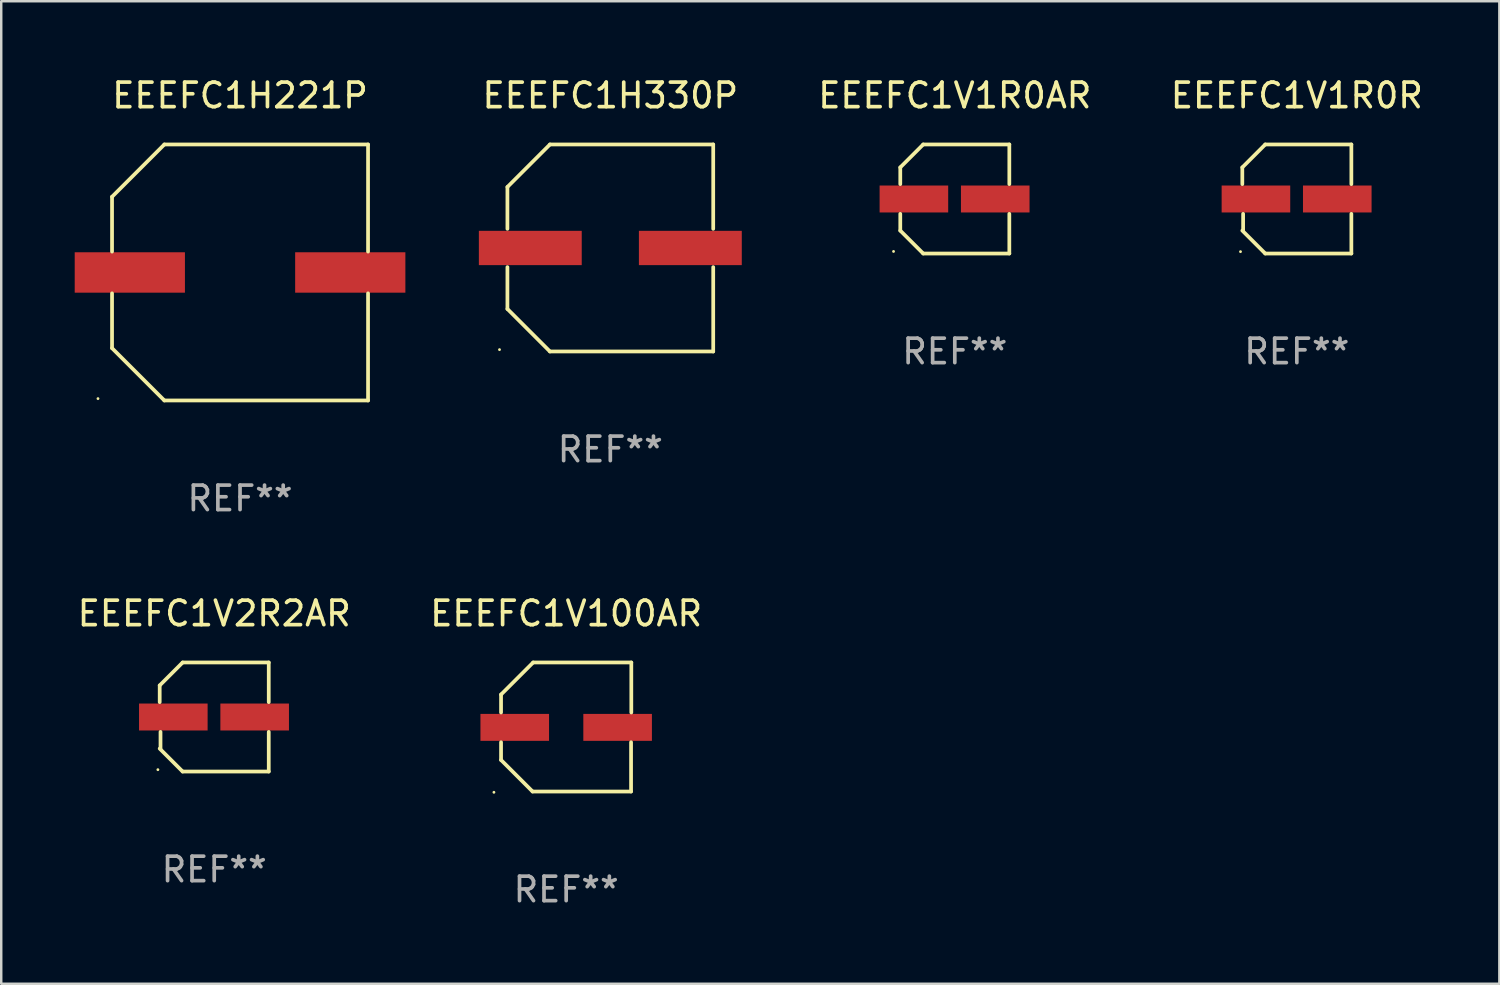
<source format=kicad_pcb>
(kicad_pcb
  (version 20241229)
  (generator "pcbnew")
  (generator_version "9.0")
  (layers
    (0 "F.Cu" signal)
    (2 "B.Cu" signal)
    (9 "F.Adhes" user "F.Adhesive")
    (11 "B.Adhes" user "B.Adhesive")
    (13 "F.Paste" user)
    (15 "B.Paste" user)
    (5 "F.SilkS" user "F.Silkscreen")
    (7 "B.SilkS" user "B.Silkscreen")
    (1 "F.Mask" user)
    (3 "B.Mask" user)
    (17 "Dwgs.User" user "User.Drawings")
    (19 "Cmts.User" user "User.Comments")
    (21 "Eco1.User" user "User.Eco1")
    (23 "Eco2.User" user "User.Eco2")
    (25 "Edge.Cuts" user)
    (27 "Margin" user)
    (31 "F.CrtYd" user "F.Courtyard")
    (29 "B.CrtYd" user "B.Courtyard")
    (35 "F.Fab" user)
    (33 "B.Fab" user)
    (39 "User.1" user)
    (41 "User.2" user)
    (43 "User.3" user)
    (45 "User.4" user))
  (footprint "EEEFC1V2R2AR"
    (layer "F.Cu")
    (at 5.696 26.223)
    (property "Reference" "EEEFC1V2R2AR" (at 0 -4.226 0) (layer "F.SilkS") (effects (font (size 1 1) (thickness 0.15))))
    (attr through_hole)
    (fp_line (start -2.226 -1.29) (end -2.226 -0.607) (stroke (width 0.152) (type solid)) (layer "F.SilkS"))
    (fp_line (start -2.193 1.29) (end -2.193 0.607) (stroke (width 0.152) (type solid)) (layer "F.SilkS"))
    (fp_line (start -1.29 2.226) (end -2.226 1.29) (stroke (width 0.152) (type solid)) (layer "F.SilkS"))
    (fp_line (start -1.29 -2.226) (end -2.226 -1.29) (stroke (width 0.152) (type solid)) (layer "F.SilkS"))
    (fp_line (start 2.226 -2.226) (end -1.29 -2.226) (stroke (width 0.152) (type solid)) (layer "F.SilkS"))
    (fp_line (start 2.226 -0.607) (end 2.226 -2.226) (stroke (width 0.152) (type solid)) (layer "F.SilkS"))
    (fp_line (start 2.226 0.607) (end 2.226 2.226) (stroke (width 0.152) (type solid)) (layer "F.SilkS"))
    (fp_line (start 2.226 2.226) (end -1.29 2.226) (stroke (width 0.152) (type solid)) (layer "F.SilkS"))
    (fp_circle (center -2.3 2.15) (end -2.27 2.15) (stroke (width 0.06) (type solid)) (fill no) (layer "F.SilkS"))
    (fp_text user "REF**" (at 0 6.226 0) (layer "F.Fab") (effects (font (size 1 1) (thickness 0.15))))
    (pad "1" smd rect (at -1.67 -0.000025) (size 2.8 1.1) (layers "F.Cu" "F.Mask" "F.Paste"))
    (pad "2" smd rect (at 1.651 -0.000025) (size 2.8 1.1) (layers "F.Cu" "F.Mask" "F.Paste")))
  (footprint "EEEFC1V1R0R"
    (layer "F.Cu")
    (at 49.895 5.074)
    (property "Reference" "EEEFC1V1R0R" (at 0 -4.226 0) (layer "F.SilkS") (effects (font (size 1 1) (thickness 0.15))))
    (attr through_hole)
    (fp_line (start -2.226 -1.29) (end -2.226 -0.607) (stroke (width 0.152) (type solid)) (layer "F.SilkS"))
    (fp_line (start -2.193 1.29) (end -2.193 0.607) (stroke (width 0.152) (type solid)) (layer "F.SilkS"))
    (fp_line (start -1.29 2.226) (end -2.226 1.29) (stroke (width 0.152) (type solid)) (layer "F.SilkS"))
    (fp_line (start -1.29 -2.226) (end -2.226 -1.29) (stroke (width 0.152) (type solid)) (layer "F.SilkS"))
    (fp_line (start 2.226 -2.226) (end -1.29 -2.226) (stroke (width 0.152) (type solid)) (layer "F.SilkS"))
    (fp_line (start 2.226 -0.607) (end 2.226 -2.226) (stroke (width 0.152) (type solid)) (layer "F.SilkS"))
    (fp_line (start 2.226 0.607) (end 2.226 2.226) (stroke (width 0.152) (type solid)) (layer "F.SilkS"))
    (fp_line (start 2.226 2.226) (end -1.29 2.226) (stroke (width 0.152) (type solid)) (layer "F.SilkS"))
    (fp_circle (center -2.3 2.15) (end -2.27 2.15) (stroke (width 0.06) (type solid)) (fill no) (layer "F.SilkS"))
    (fp_text user "REF**" (at 0 6.226 0) (layer "F.Fab") (effects (font (size 1 1) (thickness 0.15))))
    (pad "1" smd rect (at -1.67 -0.000025) (size 2.8 1.1) (layers "F.Cu" "F.Mask" "F.Paste"))
    (pad "2" smd rect (at 1.651 -0.000025) (size 2.8 1.1) (layers "F.Cu" "F.Mask" "F.Paste")))
  (footprint "EEEFC1H330P"
    (layer "F.Cu")
    (at 21.867 7.074)
    (property "Reference" "EEEFC1H330P" (at 0 -6.226 0) (layer "F.SilkS") (effects (font (size 1 1) (thickness 0.15))))
    (attr through_hole)
    (fp_line (start -4.201 -2.49) (end -4.201 -0.782) (stroke (width 0.152) (type solid)) (layer "F.SilkS"))
    (fp_line (start -4.201 2.49) (end -4.201 0.782) (stroke (width 0.152) (type solid)) (layer "F.SilkS"))
    (fp_line (start -2.465 -4.226) (end -4.201 -2.49) (stroke (width 0.152) (type solid)) (layer "F.SilkS"))
    (fp_line (start -2.465 4.226) (end -4.201 2.49) (stroke (width 0.152) (type solid)) (layer "F.SilkS"))
    (fp_line (start 4.201 -4.226) (end -2.465 -4.226) (stroke (width 0.152) (type solid)) (layer "F.SilkS"))
    (fp_line (start 4.201 -0.782) (end 4.201 -4.226) (stroke (width 0.152) (type solid)) (layer "F.SilkS"))
    (fp_line (start 4.201 0.782) (end 4.201 4.226) (stroke (width 0.152) (type solid)) (layer "F.SilkS"))
    (fp_line (start 4.201 4.226) (end -2.465 4.226) (stroke (width 0.152) (type solid)) (layer "F.SilkS"))
    (fp_circle (center -4.524 4.15) (end -4.494 4.15) (stroke (width 0.06) (type solid)) (fill no) (layer "F.SilkS"))
    (fp_text user "REF**" (at 0 8.226 0) (layer "F.Fab") (effects (font (size 1 1) (thickness 0.15))))
    (pad "1" smd rect (at -3.267 0) (size 4.2 1.4) (layers "F.Cu" "F.Mask" "F.Paste"))
    (pad "2" smd rect (at 3.267 0) (size 4.2 1.4) (layers "F.Cu" "F.Mask" "F.Paste")))
  (footprint "EEEFC1V100AR"
    (layer "F.Cu")
    (at 20.065 26.631)
    (property "Reference" "EEEFC1V100AR" (at 0 -4.634 0) (layer "F.SilkS") (effects (font (size 1 1) (thickness 0.15))))
    (attr through_hole)
    (fp_line (start -2.659 -1.326) (end -2.659 -0.592) (stroke (width 0.152) (type solid)) (layer "F.SilkS"))
    (fp_line (start -2.659 1.346) (end -2.659 0.622) (stroke (width 0.152) (type solid)) (layer "F.SilkS"))
    (fp_line (start -1.372 2.634) (end -2.659 1.346) (stroke (width 0.152) (type solid)) (layer "F.SilkS"))
    (fp_line (start -1.349 -2.634) (end -2.659 -1.326) (stroke (width 0.152) (type solid)) (layer "F.SilkS"))
    (fp_line (start 2.649 0.622) (end 2.649 2.634) (stroke (width 0.152) (type solid)) (layer "F.SilkS"))
    (fp_line (start 2.649 2.634) (end -1.372 2.634) (stroke (width 0.152) (type solid)) (layer "F.SilkS"))
    (fp_line (start 2.659 -2.634) (end -1.349 -2.634) (stroke (width 0.152) (type solid)) (layer "F.SilkS"))
    (fp_line (start 2.659 -0.592) (end 2.659 -2.634) (stroke (width 0.152) (type solid)) (layer "F.SilkS"))
    (fp_circle (center -2.95 2.665) (end -2.92 2.665) (stroke (width 0.06) (type solid)) (fill no) (layer "F.SilkS"))
    (fp_text user "REF**" (at 0 6.634 0) (layer "F.Fab") (effects (font (size 1 1) (thickness 0.15))))
    (pad "1" smd rect (at -2.1 0.015) (size 2.8 1.1) (layers "F.Cu" "F.Mask" "F.Paste"))
    (pad "2" smd rect (at 2.1 0.015) (size 2.8 1.1) (layers "F.Cu" "F.Mask" "F.Paste")))
  (footprint "EEEFC1H221P"
    (layer "F.Cu")
    (at 6.75 8.074)
    (property "Reference" "EEEFC1H221P" (at 0 -7.226 0) (layer "F.SilkS") (effects (font (size 1 1) (thickness 0.15))))
    (attr through_hole)
    (fp_line (start -5.226 -3.09) (end -5.226 -0.852) (stroke (width 0.152) (type solid)) (layer "F.SilkS"))
    (fp_line (start -5.226 3.09) (end -5.226 0.852) (stroke (width 0.152) (type solid)) (layer "F.SilkS"))
    (fp_line (start -3.09 -5.226) (end -5.226 -3.09) (stroke (width 0.152) (type solid)) (layer "F.SilkS"))
    (fp_line (start -3.09 5.226) (end -5.226 3.09) (stroke (width 0.152) (type solid)) (layer "F.SilkS"))
    (fp_line (start 5.226 -5.226) (end -3.09 -5.226) (stroke (width 0.152) (type solid)) (layer "F.SilkS"))
    (fp_line (start 5.226 -0.852) (end 5.226 -5.226) (stroke (width 0.152) (type solid)) (layer "F.SilkS"))
    (fp_line (start 5.226 0.852) (end 5.226 5.226) (stroke (width 0.152) (type solid)) (layer "F.SilkS"))
    (fp_line (start 5.226 5.226) (end -3.09 5.226) (stroke (width 0.152) (type solid)) (layer "F.SilkS"))
    (fp_circle (center -5.8 5.15) (end -5.77 5.15) (stroke (width 0.06) (type solid)) (fill no) (layer "F.SilkS"))
    (fp_text user "REF**" (at 0 9.226 0) (layer "F.Fab") (effects (font (size 1 1) (thickness 0.15))))
    (pad "1" smd rect (at -4.5 0) (size 4.5 1.65) (layers "F.Cu" "F.Mask" "F.Paste"))
    (pad "2" smd rect (at 4.5 0) (size 4.5 1.65) (layers "F.Cu" "F.Mask" "F.Paste")))
  (footprint "EEEFC1V1R0AR"
    (layer "F.Cu")
    (at 35.931 5.074)
    (property "Reference" "EEEFC1V1R0AR" (at 0 -4.226 0) (layer "F.SilkS") (effects (font (size 1 1) (thickness 0.15))))
    (attr through_hole)
    (fp_line (start -2.226 -1.29) (end -2.226 -0.607) (stroke (width 0.152) (type solid)) (layer "F.SilkS"))
    (fp_line (start -2.226 1.29) (end -2.226 0.607) (stroke (width 0.152) (type solid)) (layer "F.SilkS"))
    (fp_line (start -1.29 -2.226) (end -2.226 -1.29) (stroke (width 0.152) (type solid)) (layer "F.SilkS"))
    (fp_line (start -1.29 2.226) (end -2.226 1.29) (stroke (width 0.152) (type solid)) (layer "F.SilkS"))
    (fp_line (start 2.226 -2.226) (end -1.29 -2.226) (stroke (width 0.152) (type solid)) (layer "F.SilkS"))
    (fp_line (start 2.226 -0.607) (end 2.226 -2.226) (stroke (width 0.152) (type solid)) (layer "F.SilkS"))
    (fp_line (start 2.226 0.607) (end 2.226 2.226) (stroke (width 0.152) (type solid)) (layer "F.SilkS"))
    (fp_line (start 2.226 2.226) (end -1.29 2.226) (stroke (width 0.152) (type solid)) (layer "F.SilkS"))
    (fp_circle (center -2.501 2.141) (end -2.471 2.141) (stroke (width 0.06) (type solid)) (fill no) (layer "F.SilkS"))
    (fp_text user "REF**" (at 0 6.226 0) (layer "F.Fab") (effects (font (size 1 1) (thickness 0.15))))
    (pad "1" smd rect (at -1.67 -0.000025) (size 2.8 1.1) (layers "F.Cu" "F.Mask" "F.Paste"))
    (pad "2" smd rect (at 1.651 -0.000025) (size 2.8 1.1) (layers "F.Cu" "F.Mask" "F.Paste")))
  (gr_rect
    (start -3 -3)
    (end 58.163 37.113)
    (stroke (width 0.1) (type default))
    (fill no)
    (layer "Edge.Cuts")))
</source>
